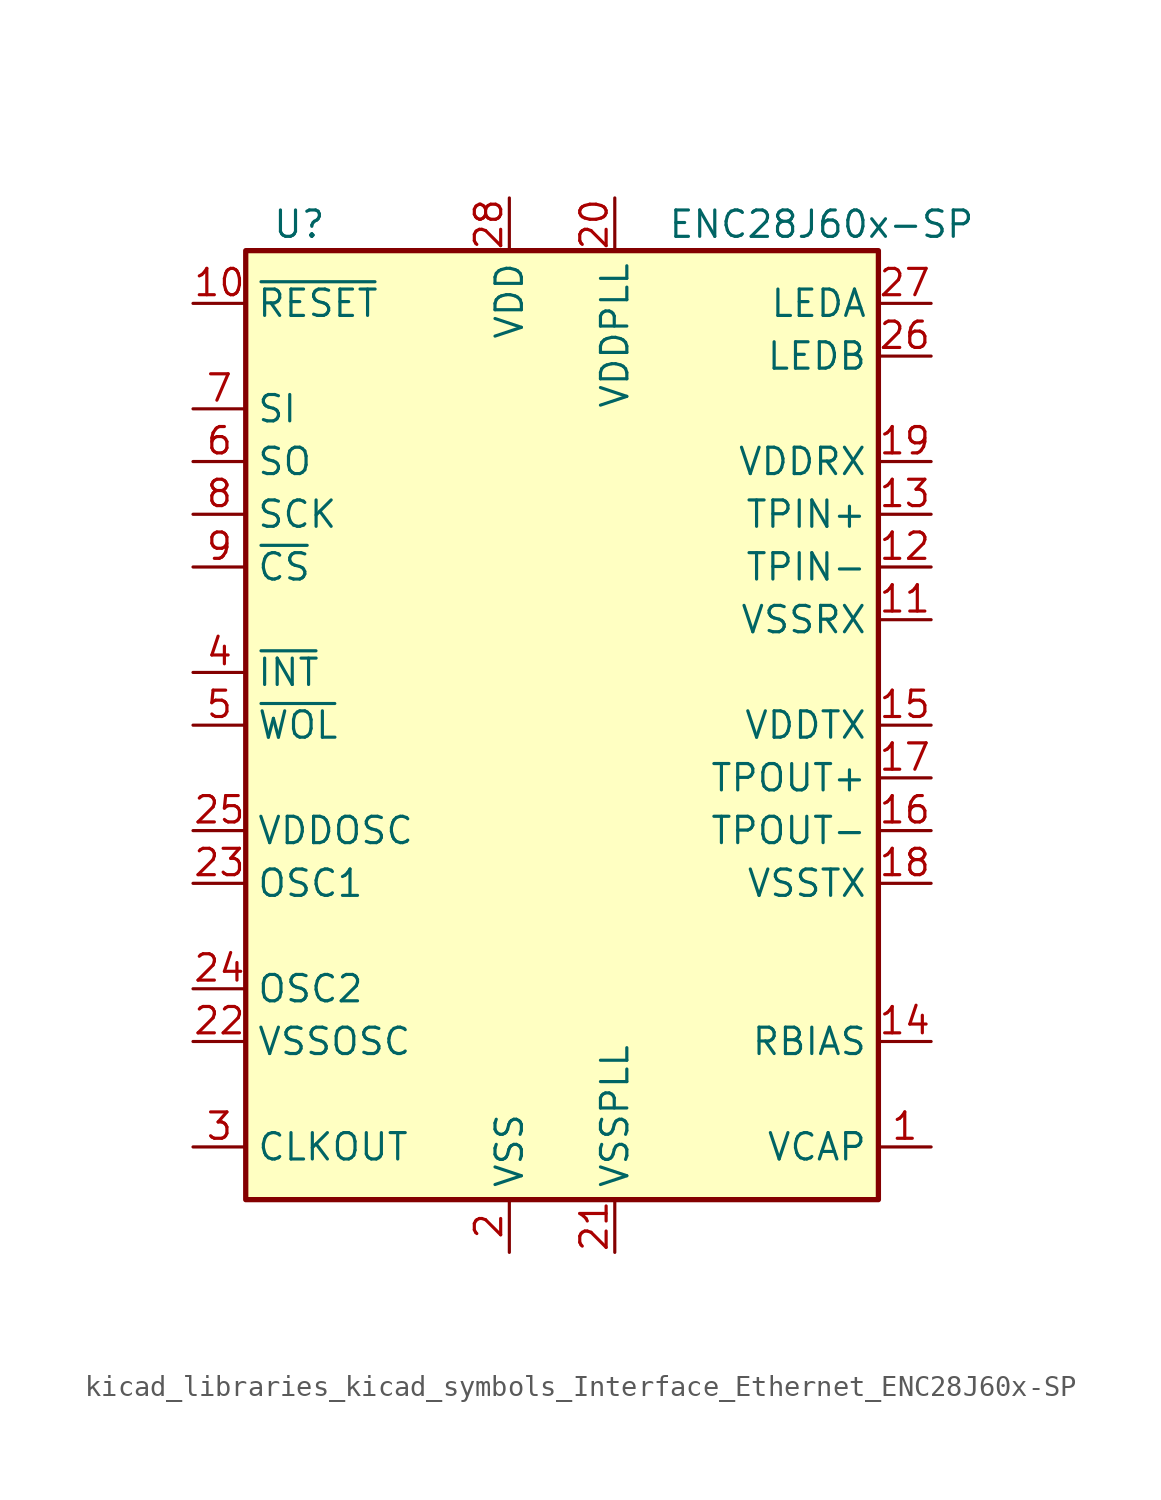
<source format=kicad_sym>
(kicad_symbol_lib
  (version 20220914)
  (generator kicad_symbol_editor)
  (symbol "kicad_libraries_kicad_symbols_Interface_Ethernet_ENC28J60x-SP"
    (property "Reference" "U"
      (at -13.97 24.13 0)
      (effects (font (size 1.27 1.27)) (justify left)))
    (property "Value" "ENC28J60x-SP"
      (at 5.08 24.13 0)
      (effects (font (size 1.27 1.27)) (justify left)))
    (symbol "kicad_libraries_kicad_symbols_Interface_Ethernet_ENC28J60x-SP_0_1"
      (rectangle (start -15.24 22.86) (end 15.24 -22.86) (stroke (width 0.254) (type default)) (fill (type background))))
    (symbol "kicad_libraries_kicad_symbols_Interface_Ethernet_ENC28J60x-SP_1_1"
      (pin input line (at 17.78 -20.32 180) (length 2.54) (name "VCAP" (effects (font (size 1.27 1.27)))) (number "1" (effects (font (size 1.27 1.27)))))
      (pin input line (at -17.78 20.32 0) (length 2.54) (name "~{RESET}" (effects (font (size 1.27 1.27)))) (number "10" (effects (font (size 1.27 1.27)))))
      (pin power_in line (at 17.78 5.08 180) (length 2.54) (name "VSSRX" (effects (font (size 1.27 1.27)))) (number "11" (effects (font (size 1.27 1.27)))))
      (pin input line (at 17.78 7.62 180) (length 2.54) (name "TPIN-" (effects (font (size 1.27 1.27)))) (number "12" (effects (font (size 1.27 1.27)))))
      (pin input line (at 17.78 10.16 180) (length 2.54) (name "TPIN+" (effects (font (size 1.27 1.27)))) (number "13" (effects (font (size 1.27 1.27)))))
      (pin input line (at 17.78 -15.24 180) (length 2.54) (name "RBIAS" (effects (font (size 1.27 1.27)))) (number "14" (effects (font (size 1.27 1.27)))))
      (pin power_in line (at 17.78 0 180) (length 2.54) (name "VDDTX" (effects (font (size 1.27 1.27)))) (number "15" (effects (font (size 1.27 1.27)))))
      (pin output line (at 17.78 -5.08 180) (length 2.54) (name "TPOUT-" (effects (font (size 1.27 1.27)))) (number "16" (effects (font (size 1.27 1.27)))))
      (pin output line (at 17.78 -2.54 180) (length 2.54) (name "TPOUT+" (effects (font (size 1.27 1.27)))) (number "17" (effects (font (size 1.27 1.27)))))
      (pin power_in line (at 17.78 -7.62 180) (length 2.54) (name "VSSTX" (effects (font (size 1.27 1.27)))) (number "18" (effects (font (size 1.27 1.27)))))
      (pin power_in line (at 17.78 12.7 180) (length 2.54) (name "VDDRX" (effects (font (size 1.27 1.27)))) (number "19" (effects (font (size 1.27 1.27)))))
      (pin power_in line (at -2.54 -25.4 90) (length 2.54) (name "VSS" (effects (font (size 1.27 1.27)))) (number "2" (effects (font (size 1.27 1.27)))))
      (pin power_in line (at 2.54 25.4 270) (length 2.54) (name "VDDPLL" (effects (font (size 1.27 1.27)))) (number "20" (effects (font (size 1.27 1.27)))))
      (pin power_in line (at 2.54 -25.4 90) (length 2.54) (name "VSSPLL" (effects (font (size 1.27 1.27)))) (number "21" (effects (font (size 1.27 1.27)))))
      (pin power_in line (at -17.78 -15.24 0) (length 2.54) (name "VSSOSC" (effects (font (size 1.27 1.27)))) (number "22" (effects (font (size 1.27 1.27)))))
      (pin input line (at -17.78 -7.62 0) (length 2.54) (name "OSC1" (effects (font (size 1.27 1.27)))) (number "23" (effects (font (size 1.27 1.27)))))
      (pin input line (at -17.78 -12.7 0) (length 2.54) (name "OSC2" (effects (font (size 1.27 1.27)))) (number "24" (effects (font (size 1.27 1.27)))))
      (pin power_in line (at -17.78 -5.08 0) (length 2.54) (name "VDDOSC" (effects (font (size 1.27 1.27)))) (number "25" (effects (font (size 1.27 1.27)))))
      (pin output line (at 17.78 17.78 180) (length 2.54) (name "LEDB" (effects (font (size 1.27 1.27)))) (number "26" (effects (font (size 1.27 1.27)))))
      (pin output line (at 17.78 20.32 180) (length 2.54) (name "LEDA" (effects (font (size 1.27 1.27)))) (number "27" (effects (font (size 1.27 1.27)))))
      (pin power_in line (at -2.54 25.4 270) (length 2.54) (name "VDD" (effects (font (size 1.27 1.27)))) (number "28" (effects (font (size 1.27 1.27)))))
      (pin output line (at -17.78 -20.32 0) (length 2.54) (name "CLKOUT" (effects (font (size 1.27 1.27)))) (number "3" (effects (font (size 1.27 1.27)))))
      (pin output line (at -17.78 2.54 0) (length 2.54) (name "~{INT}" (effects (font (size 1.27 1.27)))) (number "4" (effects (font (size 1.27 1.27)))))
      (pin output line (at -17.78 0 0) (length 2.54) (name "~{WOL}" (effects (font (size 1.27 1.27)))) (number "5" (effects (font (size 1.27 1.27)))))
      (pin output line (at -17.78 12.7 0) (length 2.54) (name "SO" (effects (font (size 1.27 1.27)))) (number "6" (effects (font (size 1.27 1.27)))))
      (pin input line (at -17.78 15.24 0) (length 2.54) (name "SI" (effects (font (size 1.27 1.27)))) (number "7" (effects (font (size 1.27 1.27)))))
      (pin input line (at -17.78 10.16 0) (length 2.54) (name "SCK" (effects (font (size 1.27 1.27)))) (number "8" (effects (font (size 1.27 1.27)))))
      (pin input line (at -17.78 7.62 0) (length 2.54) (name "~{CS}" (effects (font (size 1.27 1.27)))) (number "9" (effects (font (size 1.27 1.27))))))))
</source>
